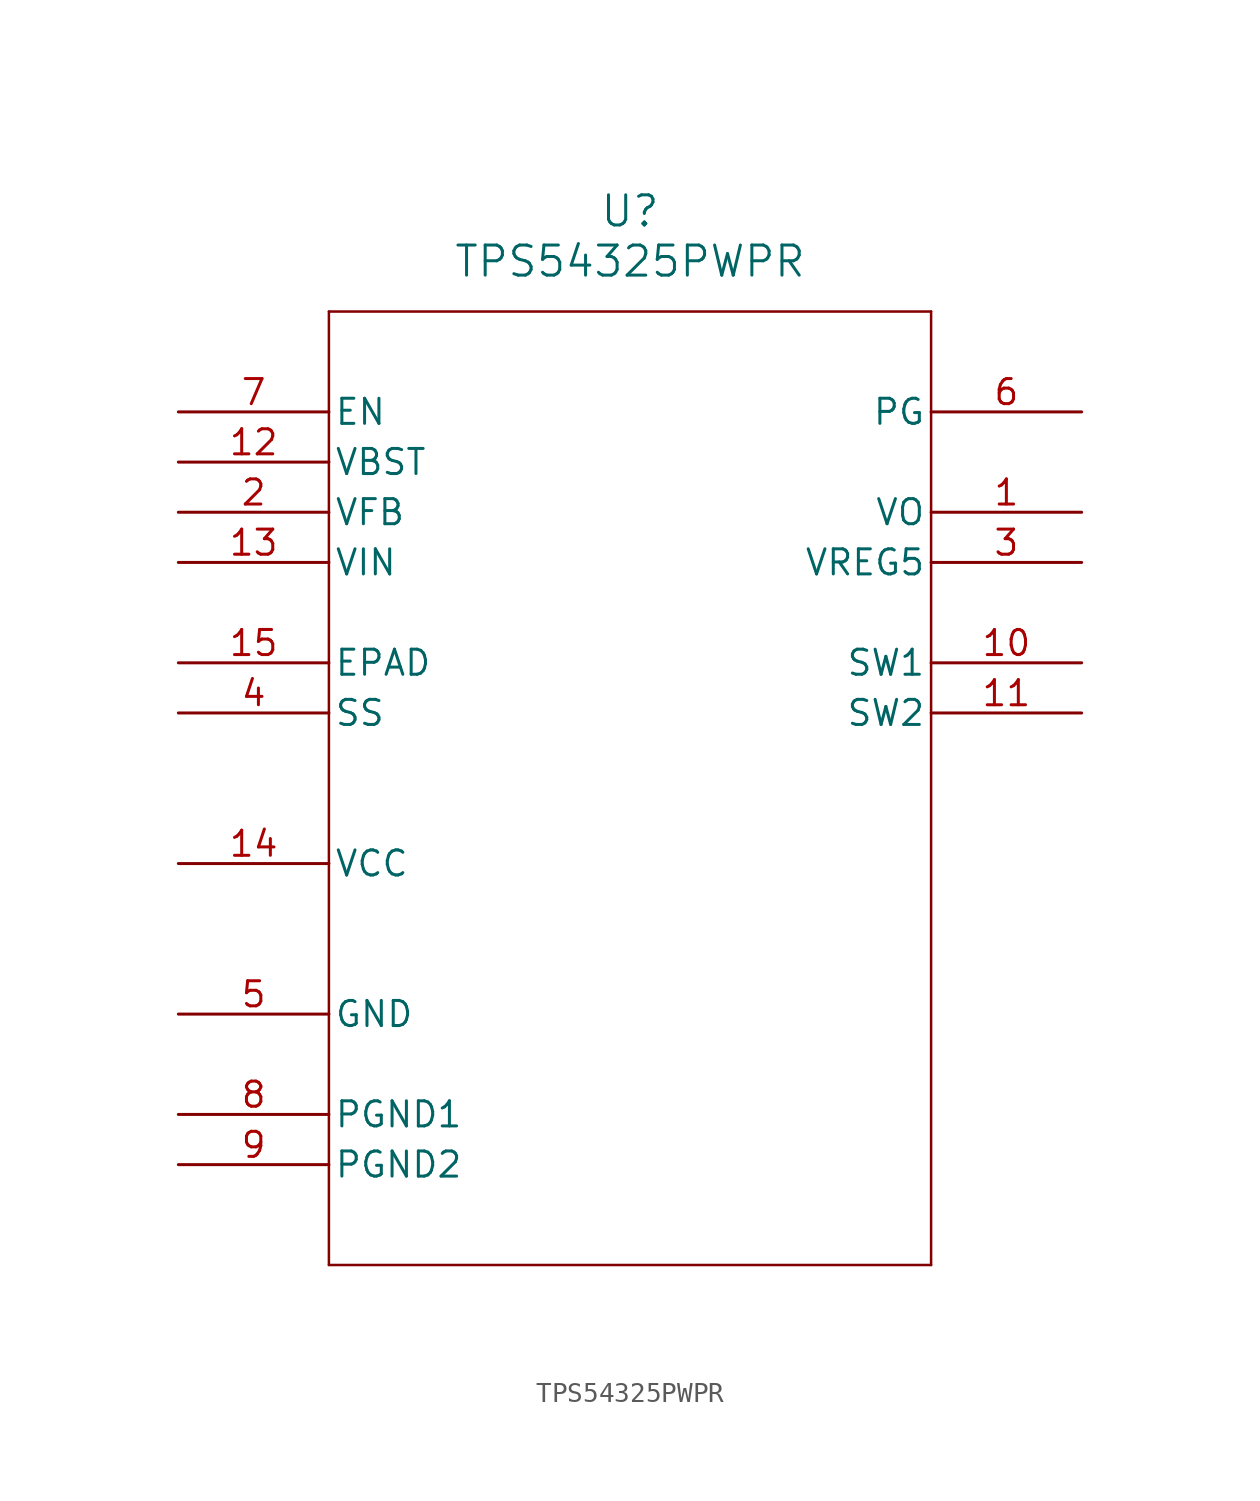
<source format=kicad_sym>
(kicad_symbol_lib
  (version 20211014)
  (generator kicad_symbol_editor)
  (symbol "TPS54325PWPR"
    (pin_names
      (offset 0.254))
    (property "Reference" "U"
      (at 22.86 10.16 0)
      (effects (font (size 1.524 1.524))))
    (property "Value" "TPS54325PWPR"
      (at 22.86 7.62 0)
      (effects (font (size 1.524 1.524))))
    (symbol "TPS54325PWPR_0_1"
      (polyline (pts (xy 7.62 5.08) (xy 7.62 -43.18)) (stroke (width 0.127) (type default) (color 0 0 0 0)) (fill (type none)))
      (polyline (pts (xy 7.62 -43.18) (xy 38.1 -43.18)) (stroke (width 0.127) (type default) (color 0 0 0 0)) (fill (type none)))
      (polyline (pts (xy 38.1 -43.18) (xy 38.1 5.08)) (stroke (width 0.127) (type default) (color 0 0 0 0)) (fill (type none)))
      (polyline (pts (xy 38.1 5.08) (xy 7.62 5.08)) (stroke (width 0.127) (type default) (color 0 0 0 0)) (fill (type none)))
      (pin output line (at 45.72 -5.08 180) (length 7.62) (name "VO" (effects (font (size 1.27 1.27)))) (number "1" (effects (font (size 1.27 1.27)))))
      (pin input line (at 0 -5.08 0) (length 7.62) (name "VFB" (effects (font (size 1.27 1.27)))) (number "2" (effects (font (size 1.27 1.27)))))
      (pin output line (at 45.72 -7.62 180) (length 7.62) (name "VREG5" (effects (font (size 1.27 1.27)))) (number "3" (effects (font (size 1.27 1.27)))))
      (pin unspecified line (at 0 -15.24 0) (length 7.62) (name "SS" (effects (font (size 1.27 1.27)))) (number "4" (effects (font (size 1.27 1.27)))))
      (pin power_in line (at 0 -30.48 0) (length 7.62) (name "GND" (effects (font (size 1.27 1.27)))) (number "5" (effects (font (size 1.27 1.27)))))
      (pin output line (at 45.72 0 180) (length 7.62) (name "PG" (effects (font (size 1.27 1.27)))) (number "6" (effects (font (size 1.27 1.27)))))
      (pin input line (at 0 0 0) (length 7.62) (name "EN" (effects (font (size 1.27 1.27)))) (number "7" (effects (font (size 1.27 1.27)))))
      (pin power_in line (at 0 -35.56 0) (length 7.62) (name "PGND1" (effects (font (size 1.27 1.27)))) (number "8" (effects (font (size 1.27 1.27)))))
      (pin power_in line (at 0 -38.1 0) (length 7.62) (name "PGND2" (effects (font (size 1.27 1.27)))) (number "9" (effects (font (size 1.27 1.27)))))
      (pin unspecified line (at 45.72 -12.7 180) (length 7.62) (name "SW1" (effects (font (size 1.27 1.27)))) (number "10" (effects (font (size 1.27 1.27)))))
      (pin unspecified line (at 45.72 -15.24 180) (length 7.62) (name "SW2" (effects (font (size 1.27 1.27)))) (number "11" (effects (font (size 1.27 1.27)))))
      (pin input line (at 0 -2.54 0) (length 7.62) (name "VBST" (effects (font (size 1.27 1.27)))) (number "12" (effects (font (size 1.27 1.27)))))
      (pin input line (at 0 -7.62 0) (length 7.62) (name "VIN" (effects (font (size 1.27 1.27)))) (number "13" (effects (font (size 1.27 1.27)))))
      (pin input line (at 0 -22.86 0) (length 7.62) (name "VCC" (effects (font (size 1.27 1.27)))) (number "14" (effects (font (size 1.27 1.27)))))
      (pin unspecified line (at 0 -12.7 0) (length 7.62) (name "EPAD" (effects (font (size 1.27 1.27)))) (number "15" (effects (font (size 1.27 1.27))))))))
</source>
